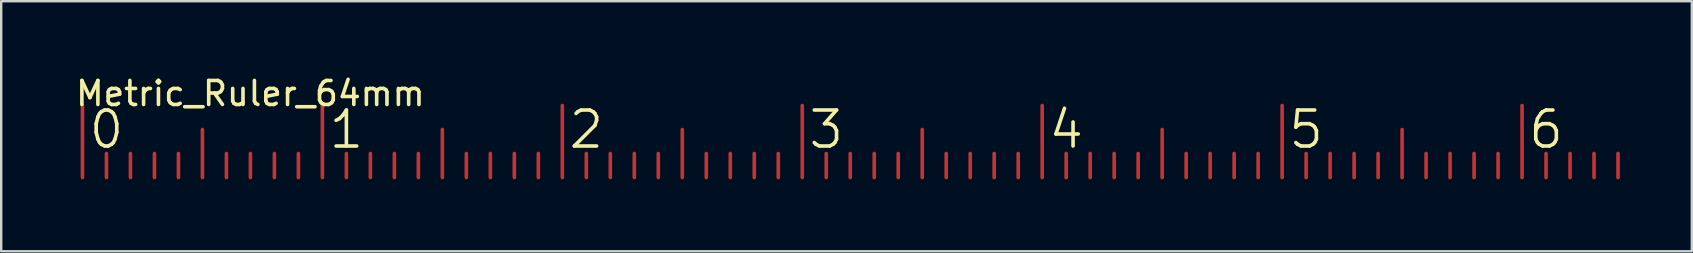
<source format=kicad_pcb>
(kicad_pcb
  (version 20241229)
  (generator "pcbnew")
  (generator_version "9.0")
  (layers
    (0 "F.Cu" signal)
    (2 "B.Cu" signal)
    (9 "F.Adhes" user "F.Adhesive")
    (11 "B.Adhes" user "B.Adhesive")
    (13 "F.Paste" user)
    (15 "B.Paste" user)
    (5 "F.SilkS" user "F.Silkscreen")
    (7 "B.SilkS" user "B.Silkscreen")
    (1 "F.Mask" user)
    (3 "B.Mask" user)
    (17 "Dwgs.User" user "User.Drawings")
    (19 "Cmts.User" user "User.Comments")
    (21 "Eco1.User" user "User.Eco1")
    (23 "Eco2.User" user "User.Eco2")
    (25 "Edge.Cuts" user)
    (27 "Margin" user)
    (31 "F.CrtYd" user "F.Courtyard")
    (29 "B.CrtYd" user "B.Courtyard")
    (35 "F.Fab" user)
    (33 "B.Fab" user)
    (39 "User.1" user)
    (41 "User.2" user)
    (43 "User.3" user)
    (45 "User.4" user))
  (footprint "Metric_Ruler_64mm"
    (layer "F.Cu")
    (at 7.387 0.348)
    (property "Reference" "Metric_Ruler_64mm" (at 0 0.5 0) (layer "F.SilkS") (effects (font (size 1 1) (thickness 0.15))))
    (attr through_hole)
    (fp_line (start -7 4) (end -7 1) (stroke (width 0.15) (type solid)) (layer "F.Cu"))
    (fp_line (start -6 4) (end -6 3) (stroke (width 0.15) (type solid)) (layer "F.Cu"))
    (fp_line (start -5 4) (end -5 3) (stroke (width 0.15) (type solid)) (layer "F.Cu"))
    (fp_line (start -4 4) (end -4 3) (stroke (width 0.15) (type solid)) (layer "F.Cu"))
    (fp_line (start -3 4) (end -3 3) (stroke (width 0.15) (type solid)) (layer "F.Cu"))
    (fp_line (start -2 4) (end -2 2) (stroke (width 0.15) (type solid)) (layer "F.Cu"))
    (fp_line (start -1 4) (end -1 3) (stroke (width 0.15) (type solid)) (layer "F.Cu"))
    (fp_line (start 0 4) (end 0 3) (stroke (width 0.15) (type solid)) (layer "F.Cu"))
    (fp_line (start 1 4) (end 1 3) (stroke (width 0.15) (type solid)) (layer "F.Cu"))
    (fp_line (start 2 4) (end 2 3) (stroke (width 0.15) (type solid)) (layer "F.Cu"))
    (fp_line (start 3 4) (end 3 1) (stroke (width 0.15) (type solid)) (layer "F.Cu"))
    (fp_line (start 4 4) (end 4 3) (stroke (width 0.15) (type solid)) (layer "F.Cu"))
    (fp_line (start 5 4) (end 5 3) (stroke (width 0.15) (type solid)) (layer "F.Cu"))
    (fp_line (start 6 4) (end 6 3) (stroke (width 0.15) (type solid)) (layer "F.Cu"))
    (fp_line (start 7 4) (end 7 3) (stroke (width 0.15) (type solid)) (layer "F.Cu"))
    (fp_line (start 8 4) (end 8 2) (stroke (width 0.15) (type solid)) (layer "F.Cu"))
    (fp_line (start 9 4) (end 9 3) (stroke (width 0.15) (type solid)) (layer "F.Cu"))
    (fp_line (start 10 4) (end 10 3) (stroke (width 0.15) (type solid)) (layer "F.Cu"))
    (fp_line (start 11 4) (end 11 3) (stroke (width 0.15) (type solid)) (layer "F.Cu"))
    (fp_line (start 12 4) (end 12 3) (stroke (width 0.15) (type solid)) (layer "F.Cu"))
    (fp_line (start 13 4) (end 13 1) (stroke (width 0.15) (type solid)) (layer "F.Cu"))
    (fp_line (start 14 4) (end 14 3) (stroke (width 0.15) (type solid)) (layer "F.Cu"))
    (fp_line (start 15 4) (end 15 3) (stroke (width 0.15) (type solid)) (layer "F.Cu"))
    (fp_line (start 16 4) (end 16 3) (stroke (width 0.15) (type solid)) (layer "F.Cu"))
    (fp_line (start 17 4) (end 17 3) (stroke (width 0.15) (type solid)) (layer "F.Cu"))
    (fp_line (start 18 4) (end 18 2) (stroke (width 0.15) (type solid)) (layer "F.Cu"))
    (fp_line (start 19 4) (end 19 3) (stroke (width 0.15) (type solid)) (layer "F.Cu"))
    (fp_line (start 20 4) (end 20 3) (stroke (width 0.15) (type solid)) (layer "F.Cu"))
    (fp_line (start 21 4) (end 21 3) (stroke (width 0.15) (type solid)) (layer "F.Cu"))
    (fp_line (start 22 4) (end 22 3) (stroke (width 0.15) (type solid)) (layer "F.Cu"))
    (fp_line (start 23 4) (end 23 1) (stroke (width 0.15) (type solid)) (layer "F.Cu"))
    (fp_line (start 24 4) (end 24 3) (stroke (width 0.15) (type solid)) (layer "F.Cu"))
    (fp_line (start 25 4) (end 25 3) (stroke (width 0.15) (type solid)) (layer "F.Cu"))
    (fp_line (start 26 4) (end 26 3) (stroke (width 0.15) (type solid)) (layer "F.Cu"))
    (fp_line (start 27 4) (end 27 3) (stroke (width 0.15) (type solid)) (layer "F.Cu"))
    (fp_line (start 28 4) (end 28 2) (stroke (width 0.15) (type solid)) (layer "F.Cu"))
    (fp_line (start 29 4) (end 29 3) (stroke (width 0.15) (type solid)) (layer "F.Cu"))
    (fp_line (start 30 4) (end 30 3) (stroke (width 0.15) (type solid)) (layer "F.Cu"))
    (fp_line (start 31 4) (end 31 3) (stroke (width 0.15) (type solid)) (layer "F.Cu"))
    (fp_line (start 32 4) (end 32 3) (stroke (width 0.15) (type solid)) (layer "F.Cu"))
    (fp_line (start 33 4) (end 33 1) (stroke (width 0.15) (type solid)) (layer "F.Cu"))
    (fp_line (start 34 4) (end 34 3) (stroke (width 0.15) (type solid)) (layer "F.Cu"))
    (fp_line (start 35 4) (end 35 3) (stroke (width 0.15) (type solid)) (layer "F.Cu"))
    (fp_line (start 36 4) (end 36 3) (stroke (width 0.15) (type solid)) (layer "F.Cu"))
    (fp_line (start 37 4) (end 37 3) (stroke (width 0.15) (type solid)) (layer "F.Cu"))
    (fp_line (start 38 4) (end 38 2) (stroke (width 0.15) (type solid)) (layer "F.Cu"))
    (fp_line (start 39 4) (end 39 3) (stroke (width 0.15) (type solid)) (layer "F.Cu"))
    (fp_line (start 40 4) (end 40 3) (stroke (width 0.15) (type solid)) (layer "F.Cu"))
    (fp_line (start 41 4) (end 41 3) (stroke (width 0.15) (type solid)) (layer "F.Cu"))
    (fp_line (start 42 4) (end 42 3) (stroke (width 0.15) (type solid)) (layer "F.Cu"))
    (fp_line (start 43 4) (end 43 1) (stroke (width 0.15) (type solid)) (layer "F.Cu"))
    (fp_line (start 44 4) (end 44 3) (stroke (width 0.15) (type solid)) (layer "F.Cu"))
    (fp_line (start 45 4) (end 45 3) (stroke (width 0.15) (type solid)) (layer "F.Cu"))
    (fp_line (start 46 4) (end 46 3) (stroke (width 0.15) (type solid)) (layer "F.Cu"))
    (fp_line (start 47 4) (end 47 3) (stroke (width 0.15) (type solid)) (layer "F.Cu"))
    (fp_line (start 48 4) (end 48 2) (stroke (width 0.15) (type solid)) (layer "F.Cu"))
    (fp_line (start 49 4) (end 49 3) (stroke (width 0.15) (type solid)) (layer "F.Cu"))
    (fp_line (start 50 4) (end 50 3) (stroke (width 0.15) (type solid)) (layer "F.Cu"))
    (fp_line (start 51 4) (end 51 3) (stroke (width 0.15) (type solid)) (layer "F.Cu"))
    (fp_line (start 52 4) (end 52 3) (stroke (width 0.15) (type solid)) (layer "F.Cu"))
    (fp_line (start 53 4) (end 53 1) (stroke (width 0.15) (type solid)) (layer "F.Cu"))
    (fp_line (start 54 4) (end 54 3) (stroke (width 0.15) (type solid)) (layer "F.Cu"))
    (fp_line (start 55 4) (end 55 3) (stroke (width 0.15) (type solid)) (layer "F.Cu"))
    (fp_line (start 56 4) (end 56 3) (stroke (width 0.15) (type solid)) (layer "F.Cu"))
    (fp_line (start 57 4) (end 57 3) (stroke (width 0.15) (type solid)) (layer "F.Cu"))
    (fp_line (start -7 1) (end -7 1) (stroke (width 0.15) (type solid)) (layer "F.Mask"))
    (fp_line (start -7 4) (end -7 1) (stroke (width 0.15) (type solid)) (layer "F.Mask"))
    (fp_line (start -6 4) (end -6 3) (stroke (width 0.15) (type solid)) (layer "F.Mask"))
    (fp_line (start -5 4) (end -5 3) (stroke (width 0.15) (type solid)) (layer "F.Mask"))
    (fp_line (start -4 4) (end -4 3) (stroke (width 0.15) (type solid)) (layer "F.Mask"))
    (fp_line (start -3 4) (end -3 3) (stroke (width 0.15) (type solid)) (layer "F.Mask"))
    (fp_line (start -2 4) (end -2 2) (stroke (width 0.15) (type solid)) (layer "F.Mask"))
    (fp_line (start -1 4) (end -1 3) (stroke (width 0.15) (type solid)) (layer "F.Mask"))
    (fp_line (start 0 4) (end 0 3) (stroke (width 0.15) (type solid)) (layer "F.Mask"))
    (fp_line (start 1 4) (end 1 3) (stroke (width 0.15) (type solid)) (layer "F.Mask"))
    (fp_line (start 2 4) (end 2 3) (stroke (width 0.15) (type solid)) (layer "F.Mask"))
    (fp_line (start 3 4) (end 3 1) (stroke (width 0.15) (type solid)) (layer "F.Mask"))
    (fp_line (start 4 4) (end 4 3) (stroke (width 0.15) (type solid)) (layer "F.Mask"))
    (fp_line (start 5 4) (end 5 3) (stroke (width 0.15) (type solid)) (layer "F.Mask"))
    (fp_line (start 6 4) (end 6 3) (stroke (width 0.15) (type solid)) (layer "F.Mask"))
    (fp_line (start 7 4) (end 7 3) (stroke (width 0.15) (type solid)) (layer "F.Mask"))
    (fp_line (start 8 4) (end 8 2) (stroke (width 0.15) (type solid)) (layer "F.Mask"))
    (fp_line (start 9 4) (end 9 3) (stroke (width 0.15) (type solid)) (layer "F.Mask"))
    (fp_line (start 10 4) (end 10 3) (stroke (width 0.15) (type solid)) (layer "F.Mask"))
    (fp_line (start 11 4) (end 11 3) (stroke (width 0.15) (type solid)) (layer "F.Mask"))
    (fp_line (start 12 4) (end 12 3) (stroke (width 0.15) (type solid)) (layer "F.Mask"))
    (fp_line (start 13 4) (end 13 1) (stroke (width 0.15) (type solid)) (layer "F.Mask"))
    (fp_line (start 14 4) (end 14 3) (stroke (width 0.15) (type solid)) (layer "F.Mask"))
    (fp_line (start 15 4) (end 15 3) (stroke (width 0.15) (type solid)) (layer "F.Mask"))
    (fp_line (start 16 4) (end 16 3) (stroke (width 0.15) (type solid)) (layer "F.Mask"))
    (fp_line (start 17 4) (end 17 3) (stroke (width 0.15) (type solid)) (layer "F.Mask"))
    (fp_line (start 18 4) (end 18 2) (stroke (width 0.15) (type solid)) (layer "F.Mask"))
    (fp_line (start 19 4) (end 19 3) (stroke (width 0.15) (type solid)) (layer "F.Mask"))
    (fp_line (start 20 4) (end 20 3) (stroke (width 0.15) (type solid)) (layer "F.Mask"))
    (fp_line (start 21 4) (end 21 3) (stroke (width 0.15) (type solid)) (layer "F.Mask"))
    (fp_line (start 22 4) (end 22 3) (stroke (width 0.15) (type solid)) (layer "F.Mask"))
    (fp_line (start 23 4) (end 23 1) (stroke (width 0.15) (type solid)) (layer "F.Mask"))
    (fp_line (start 24 4) (end 24 3) (stroke (width 0.15) (type solid)) (layer "F.Mask"))
    (fp_line (start 25 4) (end 25 3) (stroke (width 0.15) (type solid)) (layer "F.Mask"))
    (fp_line (start 26 4) (end 26 3) (stroke (width 0.15) (type solid)) (layer "F.Mask"))
    (fp_line (start 27 4) (end 27 3) (stroke (width 0.15) (type solid)) (layer "F.Mask"))
    (fp_line (start 28 4) (end 28 2) (stroke (width 0.15) (type solid)) (layer "F.Mask"))
    (fp_line (start 29 4) (end 29 3) (stroke (width 0.15) (type solid)) (layer "F.Mask"))
    (fp_line (start 30 4) (end 30 3) (stroke (width 0.15) (type solid)) (layer "F.Mask"))
    (fp_line (start 31 4) (end 31 3) (stroke (width 0.15) (type solid)) (layer "F.Mask"))
    (fp_line (start 32 4) (end 32 3) (stroke (width 0.15) (type solid)) (layer "F.Mask"))
    (fp_line (start 33 4) (end 33 1) (stroke (width 0.15) (type solid)) (layer "F.Mask"))
    (fp_line (start 34 4) (end 34 3) (stroke (width 0.15) (type solid)) (layer "F.Mask"))
    (fp_line (start 35 4) (end 35 3) (stroke (width 0.15) (type solid)) (layer "F.Mask"))
    (fp_line (start 36 4) (end 36 3) (stroke (width 0.15) (type solid)) (layer "F.Mask"))
    (fp_line (start 37 4) (end 37 3) (stroke (width 0.15) (type solid)) (layer "F.Mask"))
    (fp_line (start 38 4) (end 38 2) (stroke (width 0.15) (type solid)) (layer "F.Mask"))
    (fp_line (start 39 4) (end 39 3) (stroke (width 0.15) (type solid)) (layer "F.Mask"))
    (fp_line (start 40 4) (end 40 3) (stroke (width 0.15) (type solid)) (layer "F.Mask"))
    (fp_line (start 41 4) (end 41 3) (stroke (width 0.15) (type solid)) (layer "F.Mask"))
    (fp_line (start 42 4) (end 42 3) (stroke (width 0.15) (type solid)) (layer "F.Mask"))
    (fp_line (start 43 4) (end 43 1) (stroke (width 0.15) (type solid)) (layer "F.Mask"))
    (fp_line (start 44 4) (end 44 3) (stroke (width 0.15) (type solid)) (layer "F.Mask"))
    (fp_line (start 45 4) (end 45 3) (stroke (width 0.15) (type solid)) (layer "F.Mask"))
    (fp_line (start 46 4) (end 46 3) (stroke (width 0.15) (type solid)) (layer "F.Mask"))
    (fp_line (start 47 4) (end 47 3) (stroke (width 0.15) (type solid)) (layer "F.Mask"))
    (fp_line (start 48 4) (end 48 2) (stroke (width 0.15) (type solid)) (layer "F.Mask"))
    (fp_line (start 49 4) (end 49 3) (stroke (width 0.15) (type solid)) (layer "F.Mask"))
    (fp_line (start 50 4) (end 50 3) (stroke (width 0.15) (type solid)) (layer "F.Mask"))
    (fp_line (start 51 4) (end 51 3) (stroke (width 0.15) (type solid)) (layer "F.Mask"))
    (fp_line (start 52 4) (end 52 3) (stroke (width 0.15) (type solid)) (layer "F.Mask"))
    (fp_line (start 53 4) (end 53 1) (stroke (width 0.15) (type solid)) (layer "F.Mask"))
    (fp_line (start 54 4) (end 54 3) (stroke (width 0.15) (type solid)) (layer "F.Mask"))
    (fp_line (start 55 4) (end 55 3) (stroke (width 0.15) (type solid)) (layer "F.Mask"))
    (fp_line (start 56 4) (end 56 3) (stroke (width 0.15) (type solid)) (layer "F.Mask"))
    (fp_line (start 57 4) (end 57 3) (stroke (width 0.15) (type solid)) (layer "F.Mask"))
    (fp_text user "6" (at 54 2 0) (layer "F.SilkS") (effects (font (size 1.5 1.5) (thickness 0.15))))
    (fp_text user "0" (at -6 2 0) (layer "F.SilkS") (effects (font (size 1.5 1.5) (thickness 0.15))))
    (fp_text user "3" (at 24 2 0) (layer "F.SilkS") (effects (font (size 1.5 1.5) (thickness 0.15))))
    (fp_text user "1" (at 4 2 0) (layer "F.SilkS") (effects (font (size 1.5 1.5) (thickness 0.15))))
    (fp_text user "2" (at 14 2 0) (layer "F.SilkS") (effects (font (size 1.5 1.5) (thickness 0.15))))
    (fp_text user "5" (at 44 2 0) (layer "F.SilkS") (effects (font (size 1.5 1.5) (thickness 0.15))))
    (fp_text user "4" (at 34 2 0) (layer "F.SilkS") (effects (font (size 1.5 1.5) (thickness 0.15)))))
  (gr_rect
    (start -3 -3)
    (end 67.462 7.423)
    (stroke (width 0.1) (type default))
    (fill no)
    (layer "Edge.Cuts")))
</source>
